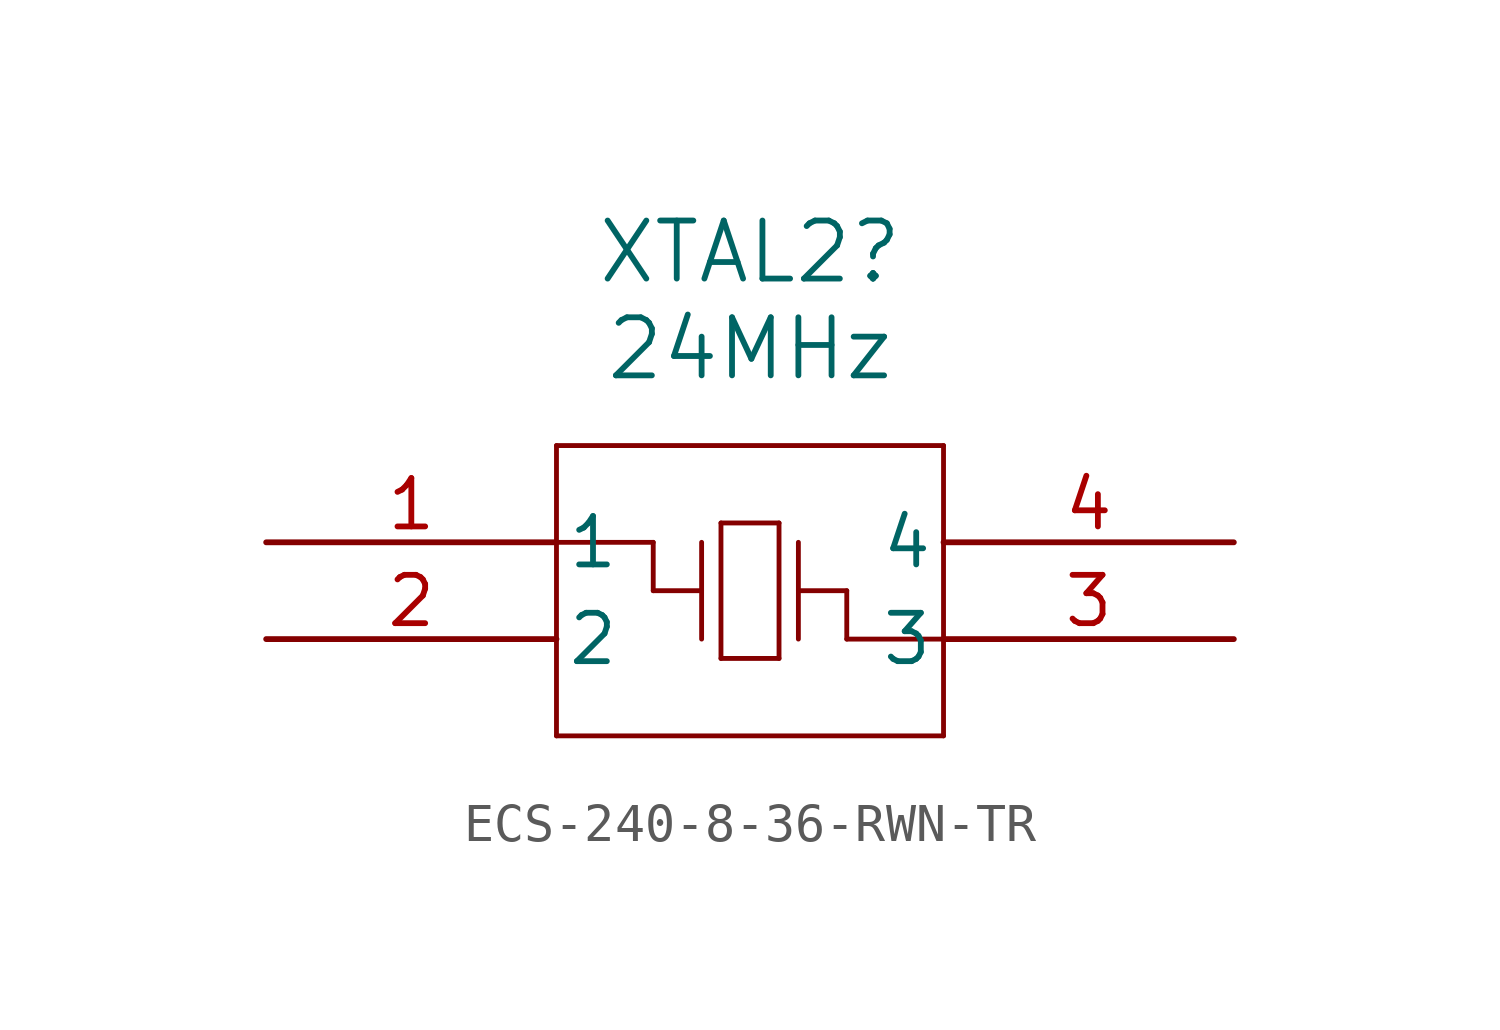
<source format=kicad_sym>
(kicad_symbol_lib
  (version 20241209)
  (generator "kicad_symbol_editor")
  (generator_version "9.0")
  (symbol "ECS-240-8-36-RWN-TR"
    (pin_names
      (offset 0.254))
    (property "Reference" "XTAL2"
      (at 0 8.89 0)
      (effects (font (size 1.524 1.524))))
    (property "Value" "24MHz"
      (at 0 6.35 0)
      (effects (font (size 1.524 1.524))))
    (symbol "ECS-240-8-36-RWN-TR_0_1"
      (polyline (pts (xy -5.08 3.81) (xy -5.08 -3.81)) (stroke (width 0.127) (type default)) (fill (type none)))
      (polyline (pts (xy -5.08 -3.81) (xy 5.08 -3.81)) (stroke (width 0.127) (type default)) (fill (type none)))
      (polyline (pts (xy -2.54 1.27) (xy -5.08 1.27)) (stroke (width 0.127) (type default)) (fill (type none)))
      (polyline (pts (xy -2.54 0) (xy -2.54 1.27)) (stroke (width 0.127) (type default)) (fill (type none)))
      (polyline (pts (xy -1.27 1.27) (xy -1.27 -1.27)) (stroke (width 0.127) (type default)) (fill (type none)))
      (polyline (pts (xy -1.27 0) (xy -2.54 0)) (stroke (width 0.127) (type default)) (fill (type none)))
      (polyline (pts (xy -0.762 1.778) (xy -0.762 -1.778)) (stroke (width 0.127) (type default)) (fill (type none)))
      (polyline (pts (xy -0.762 -1.778) (xy 0.762 -1.778)) (stroke (width 0.127) (type default)) (fill (type none)))
      (polyline (pts (xy 0.762 1.778) (xy -0.762 1.778)) (stroke (width 0.127) (type default)) (fill (type none)))
      (polyline (pts (xy 0.762 -1.778) (xy 0.762 1.778)) (stroke (width 0.127) (type default)) (fill (type none)))
      (polyline (pts (xy 1.27 1.27) (xy 1.27 -1.27)) (stroke (width 0.127) (type default)) (fill (type none)))
      (polyline (pts (xy 1.27 0) (xy 2.54 0)) (stroke (width 0.127) (type default)) (fill (type none)))
      (polyline (pts (xy 2.54 0) (xy 2.54 -1.27)) (stroke (width 0.127) (type default)) (fill (type none)))
      (polyline (pts (xy 2.54 -1.27) (xy 5.08 -1.27)) (stroke (width 0.127) (type default)) (fill (type none)))
      (polyline (pts (xy 5.08 3.81) (xy -5.08 3.81)) (stroke (width 0.127) (type default)) (fill (type none)))
      (polyline (pts (xy 5.08 -3.81) (xy 5.08 3.81)) (stroke (width 0.127) (type default)) (fill (type none))))
    (symbol "ECS-240-8-36-RWN-TR_1_1"
      (pin passive line (at -12.7 1.27 0) (length 7.62) (name "1" (effects (font (size 1.27 1.27)))) (number "1" (effects (font (size 1.27 1.27)))))
      (pin passive line (at -12.7 -1.27 0) (length 7.62) (name "2" (effects (font (size 1.27 1.27)))) (number "2" (effects (font (size 1.27 1.27)))))
      (pin passive line (at 12.7 1.27 180) (length 7.62) (name "4" (effects (font (size 1.27 1.27)))) (number "4" (effects (font (size 1.27 1.27)))))
      (pin passive line (at 12.7 -1.27 180) (length 7.62) (name "3" (effects (font (size 1.27 1.27)))) (number "3" (effects (font (size 1.27 1.27))))))))
</source>
